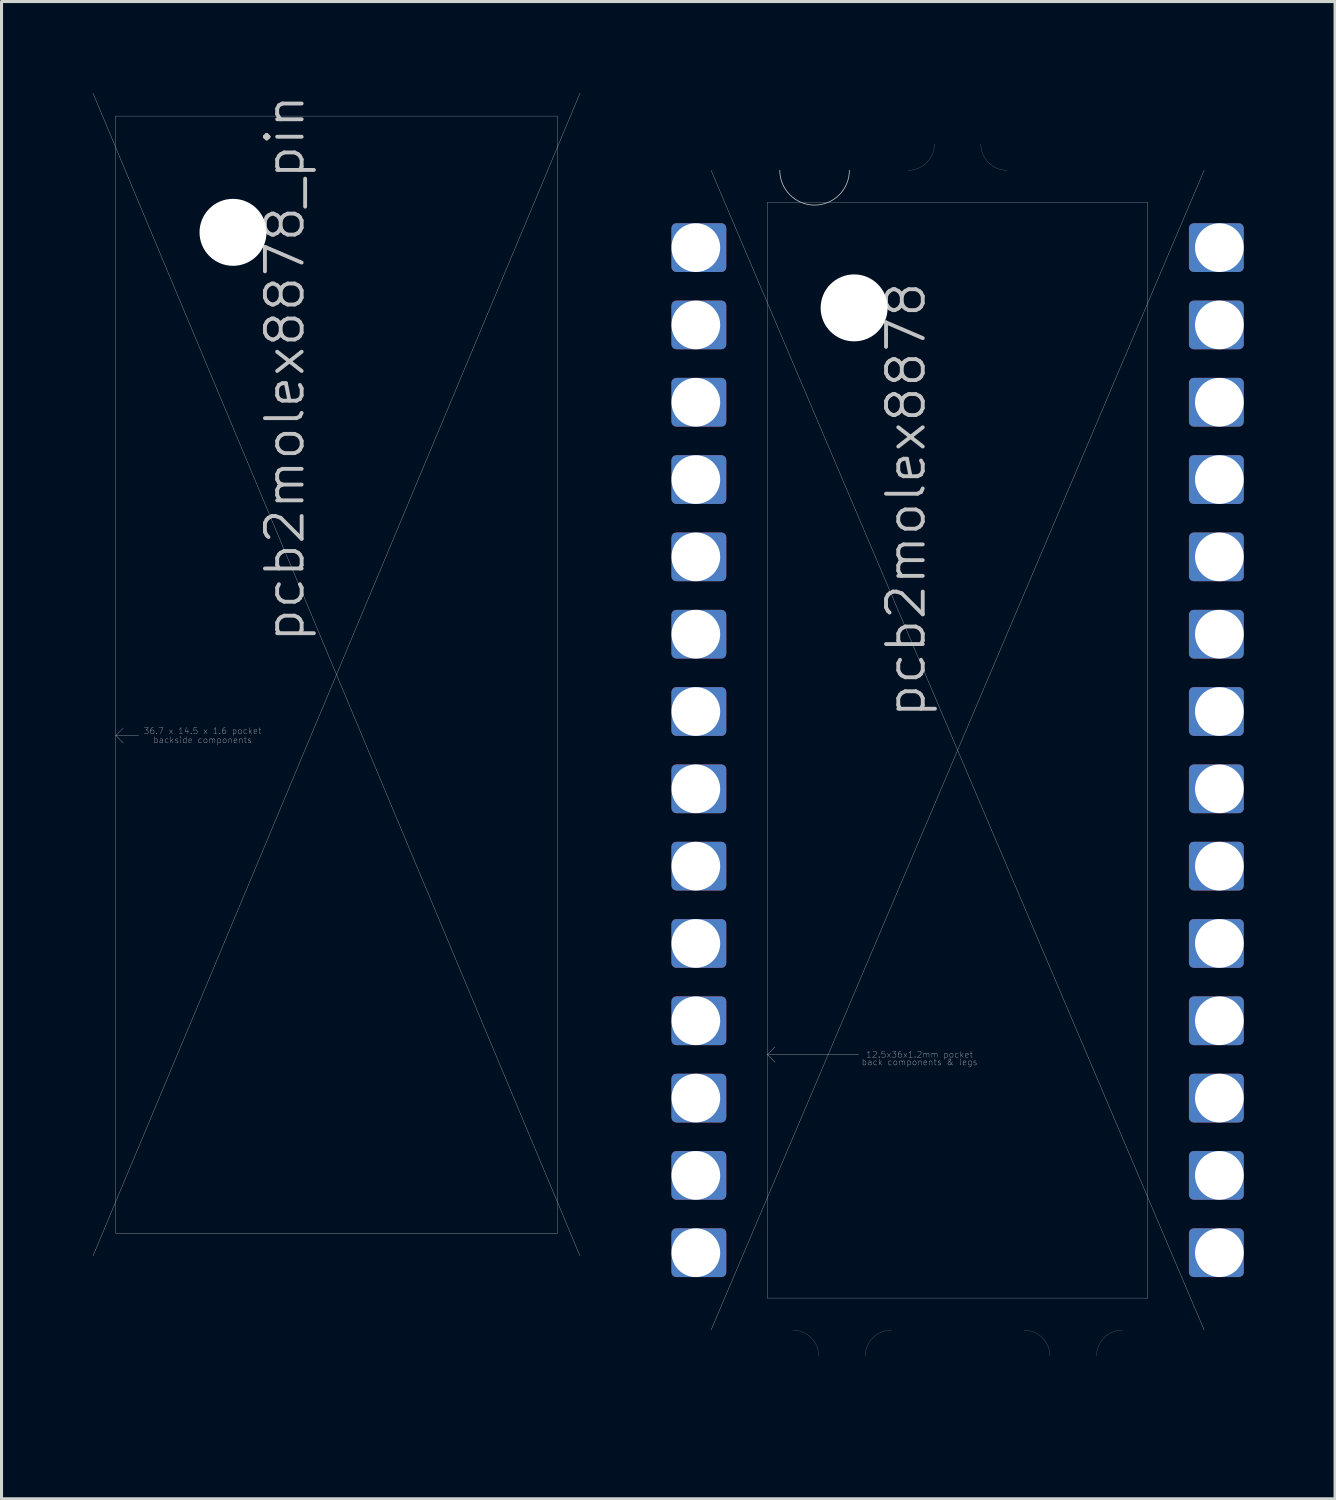
<source format=kicad_pcb>
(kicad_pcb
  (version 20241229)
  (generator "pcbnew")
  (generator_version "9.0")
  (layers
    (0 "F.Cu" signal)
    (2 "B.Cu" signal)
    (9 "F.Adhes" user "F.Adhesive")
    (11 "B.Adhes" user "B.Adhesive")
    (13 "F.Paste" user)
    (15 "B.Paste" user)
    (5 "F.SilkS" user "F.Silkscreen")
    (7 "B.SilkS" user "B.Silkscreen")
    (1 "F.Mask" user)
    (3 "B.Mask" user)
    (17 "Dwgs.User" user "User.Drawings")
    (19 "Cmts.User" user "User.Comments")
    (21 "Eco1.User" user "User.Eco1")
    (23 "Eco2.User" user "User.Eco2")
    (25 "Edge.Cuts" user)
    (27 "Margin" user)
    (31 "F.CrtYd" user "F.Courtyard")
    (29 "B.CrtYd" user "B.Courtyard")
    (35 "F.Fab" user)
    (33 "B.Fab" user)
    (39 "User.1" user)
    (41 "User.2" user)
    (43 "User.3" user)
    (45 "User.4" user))
  (footprint "pcb2molex8878"
    (layer "F.Cu")
    (at 28.41 21.595)
    (property "Reference" "pcb2molex8878" (at -0.991 -0.991 270) (layer "Dwgs.User") (effects (font (size 1.206 1.206) (thickness 0.127)) (justify left bottom)))
    (attr through_hole)
    (fp_line (start -8.1 -19.05) (end 8.1 19.05) (stroke (width 0.01) (type solid)) (layer "Dwgs.User"))
    (fp_line (start -8.1 19.05) (end 8.1 -19.05) (stroke (width 0.01) (type solid)) (layer "Dwgs.User"))
    (fp_line (start -6.25 -18) (end -6.25 18) (stroke (width 0.01) (type solid)) (layer "Dwgs.User"))
    (fp_line (start -6.25 10) (end -6 10.25) (stroke (width 0.01) (type solid)) (layer "Dwgs.User"))
    (fp_line (start -6.25 10) (end -3.25 10) (stroke (width 0.01) (type solid)) (layer "Dwgs.User"))
    (fp_line (start -6.25 18) (end 6.25 18) (stroke (width 0.01) (type solid)) (layer "Dwgs.User"))
    (fp_line (start -6 9.75) (end -6.25 10) (stroke (width 0.01) (type solid)) (layer "Dwgs.User"))
    (fp_line (start 6.25 -18) (end -6.25 -18) (stroke (width 0.01) (type solid)) (layer "Dwgs.User"))
    (fp_line (start 6.25 18) (end 6.25 -18) (stroke (width 0.01) (type solid)) (layer "Dwgs.User"))
    (fp_arc (start -5.4229 19.05) (mid -4.812243 19.302943) (end -4.5593 19.9136) (stroke (width 0.00508) (type solid)) (layer "Dwgs.User"))
    (fp_arc (start -3.556 -19.05) (mid -4.699 -17.907) (end -5.842 -19.05) (stroke (width 0.0254) (type solid)) (layer "Dwgs.User"))
    (fp_arc (start -3.0353 19.9136) (mid -2.782357 19.302943) (end -2.1717 19.05) (stroke (width 0.00508) (type solid)) (layer "Dwgs.User"))
    (fp_arc (start -0.762 -19.9136) (mid -1.014943 -19.302943) (end -1.6256 -19.05) (stroke (width 0.00508) (type solid)) (layer "Dwgs.User"))
    (fp_arc (start 1.6256 -19.05) (mid 1.014943 -19.302943) (end 0.762 -19.9136) (stroke (width 0.00508) (type solid)) (layer "Dwgs.User"))
    (fp_arc (start 2.1717 19.05) (mid 2.782357 19.302943) (end 3.0353 19.9136) (stroke (width 0.00508) (type solid)) (layer "Dwgs.User"))
    (fp_arc (start 4.5593 19.9136) (mid 4.812243 19.302943) (end 5.4229 19.05) (stroke (width 0.00508) (type solid)) (layer "Dwgs.User"))
    (fp_line (start -8.1 -19.05) (end -0.762 -19.05) (stroke (width 0.01) (type solid)) (layer "Eco1.User"))
    (fp_line (start -8.1 19.05) (end -8.1 -19.05) (stroke (width 0.01) (type solid)) (layer "Eco1.User"))
    (fp_line (start -8.1 19.05) (end -4.559 19.05) (stroke (width 0.01) (type solid)) (layer "Eco1.User"))
    (fp_line (start -4.559 19.05) (end -4.559 21.59) (stroke (width 0.01) (type solid)) (layer "Eco1.User"))
    (fp_line (start -4.559 21.59) (end -3.035 21.59) (stroke (width 0.01) (type solid)) (layer "Eco1.User"))
    (fp_line (start -3.035 21.59) (end -3.035 19.05) (stroke (width 0.01) (type solid)) (layer "Eco1.User"))
    (fp_line (start -0.762 -21.59) (end 0.762 -21.59) (stroke (width 0.01) (type solid)) (layer "Eco1.User"))
    (fp_line (start -0.762 -19.05) (end -0.762 -21.59) (stroke (width 0.01) (type solid)) (layer "Eco1.User"))
    (fp_line (start 0.762 -21.59) (end 0.762 -19.05) (stroke (width 0.01) (type solid)) (layer "Eco1.User"))
    (fp_line (start 0.762 -19.05) (end 8.1 -19.05) (stroke (width 0.01) (type solid)) (layer "Eco1.User"))
    (fp_line (start 3.035 19.05) (end -3.035 19.05) (stroke (width 0.01) (type solid)) (layer "Eco1.User"))
    (fp_line (start 3.035 21.59) (end 3.035 19.05) (stroke (width 0.01) (type solid)) (layer "Eco1.User"))
    (fp_line (start 4.559 19.05) (end 4.559 21.59) (stroke (width 0.01) (type solid)) (layer "Eco1.User"))
    (fp_line (start 4.559 19.05) (end 8.1 19.05) (stroke (width 0.01) (type solid)) (layer "Eco1.User"))
    (fp_line (start 4.559 21.59) (end 3.035 21.59) (stroke (width 0.01) (type solid)) (layer "Eco1.User"))
    (fp_line (start 8.1 19.05) (end 8.1 -19.05) (stroke (width 0.01) (type solid)) (layer "Eco1.User"))
    (fp_line (start -8.1 -19.05) (end 8.1 -19.05) (stroke (width 0.01) (type solid)) (layer "Eco2.User"))
    (fp_line (start -8.1 19.05) (end -8.1 -19.05) (stroke (width 0.01) (type solid)) (layer "Eco2.User"))
    (fp_line (start -8.1 19.05) (end 8.1 19.05) (stroke (width 0.01) (type solid)) (layer "Eco2.User"))
    (fp_line (start 8.1 -19.05) (end 8.1 19.05) (stroke (width 0.01) (type solid)) (layer "Eco2.User"))
    (fp_text user "12.5x36x1.2mm pocket" (at -1.25 10 0) (layer "Dwgs.User") (effects (font (size 0.2 0.2) (thickness 0.01))))
    (fp_text user "back components & legs" (at -1.25 10.25 0) (layer "Dwgs.User") (effects (font (size 0.2 0.2) (thickness 0.01))))
    (fp_text user "May delete NPTH mechanical polarity hole." (at 0 12.75 0) (layer "Eco1.User") (effects (font (size 0.2 0.2) (thickness 0.01))))
    (fp_text user "Eco1.User is Edge.Cuts for use without carrier." (at -0.03 12.25 0) (layer "Eco1.User") (effects (font (size 0.2 0.2) (thickness 0.01))))
    (fp_text user "Eco2.User is Edge.Cuts for use with" (at 0.125 14.025 0) (unlocked yes) (layer "Eco2.User") (effects (font (size 0.2 0.2) (thickness 0.01))))
    (fp_text user "thingiverse.com/thing:3723135" (at 0.025 14.45 0) (unlocked yes) (layer "Eco2.User") (effects (font (size 0.2 0.2) (thickness 0.01))))
    (pad "" np_thru_hole circle (at -3.4 -14.53) (size 2.2 2.2) (drill 2.2) (layers "*.Cu" "*.Mask"))
    (pad "1" thru_hole roundrect (at -8.6 -16.51) (size 1.8 1.6) (drill 1.6 (offset 0.1 0)) (layers "*.Cu" "*.Mask") (roundrect_rratio 0.1))
    (pad "2" thru_hole roundrect (at -8.6 -13.97) (size 1.8 1.6) (drill 1.6 (offset 0.1 0)) (layers "*.Cu" "*.Mask") (roundrect_rratio 0.1))
    (pad "3" thru_hole roundrect (at -8.6 -11.43) (size 1.8 1.6) (drill 1.6 (offset 0.1 0)) (layers "*.Cu" "*.Mask") (roundrect_rratio 0.1))
    (pad "4" thru_hole roundrect (at -8.6 -8.89) (size 1.8 1.6) (drill 1.6 (offset 0.1 0)) (layers "*.Cu" "*.Mask") (roundrect_rratio 0.1))
    (pad "5" thru_hole roundrect (at -8.6 -6.35) (size 1.8 1.6) (drill 1.6 (offset 0.1 0)) (layers "*.Cu" "*.Mask") (roundrect_rratio 0.1))
    (pad "6" thru_hole roundrect (at -8.6 -3.81) (size 1.8 1.6) (drill 1.6 (offset 0.1 0)) (layers "*.Cu" "*.Mask") (roundrect_rratio 0.1))
    (pad "7" thru_hole roundrect (at -8.6 -1.27) (size 1.8 1.6) (drill 1.6 (offset 0.1 0)) (layers "*.Cu" "*.Mask") (roundrect_rratio 0.1))
    (pad "8" thru_hole roundrect (at -8.6 1.27) (size 1.8 1.6) (drill 1.6 (offset 0.1 0)) (layers "*.Cu" "*.Mask") (roundrect_rratio 0.1))
    (pad "9" thru_hole roundrect (at -8.6 3.81) (size 1.8 1.6) (drill 1.6 (offset 0.1 0)) (layers "*.Cu" "*.Mask") (roundrect_rratio 0.1))
    (pad "10" thru_hole roundrect (at -8.6 6.35) (size 1.8 1.6) (drill 1.6 (offset 0.1 0)) (layers "*.Cu" "*.Mask") (roundrect_rratio 0.1))
    (pad "11" thru_hole roundrect (at -8.6 8.89) (size 1.8 1.6) (drill 1.6 (offset 0.1 0)) (layers "*.Cu" "*.Mask") (roundrect_rratio 0.1))
    (pad "12" thru_hole roundrect (at -8.6 11.43) (size 1.8 1.6) (drill 1.6 (offset 0.1 0)) (layers "*.Cu" "*.Mask") (roundrect_rratio 0.1))
    (pad "13" thru_hole roundrect (at -8.6 13.97) (size 1.8 1.6) (drill 1.6 (offset 0.1 0)) (layers "*.Cu" "*.Mask") (roundrect_rratio 0.1))
    (pad "14" thru_hole roundrect (at -8.6 16.51) (size 1.8 1.6) (drill 1.6 (offset 0.1 0)) (layers "*.Cu" "*.Mask") (roundrect_rratio 0.1))
    (pad "15" thru_hole roundrect (at 8.6 16.51 180) (size 1.8 1.6) (drill 1.6 (offset 0.1 0)) (layers "*.Cu" "*.Mask") (roundrect_rratio 0.1))
    (pad "16" thru_hole roundrect (at 8.6 13.97 180) (size 1.8 1.6) (drill 1.6 (offset 0.1 0)) (layers "*.Cu" "*.Mask") (roundrect_rratio 0.1))
    (pad "17" thru_hole roundrect (at 8.6 11.43 180) (size 1.8 1.6) (drill 1.6 (offset 0.1 0)) (layers "*.Cu" "*.Mask") (roundrect_rratio 0.1))
    (pad "18" thru_hole roundrect (at 8.6 8.89 180) (size 1.8 1.6) (drill 1.6 (offset 0.1 0)) (layers "*.Cu" "*.Mask") (roundrect_rratio 0.1))
    (pad "19" thru_hole roundrect (at 8.6 6.35 180) (size 1.8 1.6) (drill 1.6 (offset 0.1 0)) (layers "*.Cu" "*.Mask") (roundrect_rratio 0.1))
    (pad "20" thru_hole roundrect (at 8.6 3.81 180) (size 1.8 1.6) (drill 1.6 (offset 0.1 0)) (layers "*.Cu" "*.Mask") (roundrect_rratio 0.1))
    (pad "21" thru_hole roundrect (at 8.6 1.27 180) (size 1.8 1.6) (drill 1.6 (offset 0.1 0)) (layers "*.Cu" "*.Mask") (roundrect_rratio 0.1))
    (pad "22" thru_hole roundrect (at 8.6 -1.27 180) (size 1.8 1.6) (drill 1.6 (offset 0.1 0)) (layers "*.Cu" "*.Mask") (roundrect_rratio 0.1))
    (pad "23" thru_hole roundrect (at 8.6 -3.81 180) (size 1.8 1.6) (drill 1.6 (offset 0.1 0)) (layers "*.Cu" "*.Mask") (roundrect_rratio 0.1))
    (pad "24" thru_hole roundrect (at 8.6 -6.35 180) (size 1.8 1.6) (drill 1.6 (offset 0.1 0)) (layers "*.Cu" "*.Mask") (roundrect_rratio 0.1))
    (pad "25" thru_hole roundrect (at 8.6 -8.89 180) (size 1.8 1.6) (drill 1.6 (offset 0.1 0)) (layers "*.Cu" "*.Mask") (roundrect_rratio 0.1))
    (pad "26" thru_hole roundrect (at 8.6 -11.43 180) (size 1.8 1.6) (drill 1.6 (offset 0.1 0)) (layers "*.Cu" "*.Mask") (roundrect_rratio 0.1))
    (pad "27" thru_hole roundrect (at 8.6 -13.97 180) (size 1.8 1.6) (drill 1.6 (offset 0.1 0)) (layers "*.Cu" "*.Mask") (roundrect_rratio 0.1))
    (pad "28" thru_hole roundrect (at 8.6 -16.51 180) (size 1.8 1.6) (drill 1.6 (offset 0.1 0)) (layers "*.Cu" "*.Mask") (roundrect_rratio 0.1)))
  (footprint "pcb2molex8878_pin"
    (layer "F.Cu")
    (at 8.005 19.113)
    (property "Reference" "pcb2molex8878_pin" (at -0.991 -0.991 270) (layer "Dwgs.User") (effects (font (size 1.206 1.206) (thickness 0.127)) (justify left bottom)))
    (attr through_hole)
    (fp_line (start -8 -19.1) (end 8 19.1) (stroke (width 0.01) (type solid)) (layer "Dwgs.User"))
    (fp_line (start -8 19.1) (end 8 -19.1) (stroke (width 0.01) (type solid)) (layer "Dwgs.User"))
    (fp_line (start -7.25 -18.35) (end 7.25 -18.35) (stroke (width 0.01) (type solid)) (layer "Dwgs.User"))
    (fp_line (start -7.25 2) (end -7 1.75) (stroke (width 0.01) (type solid)) (layer "Dwgs.User"))
    (fp_line (start -7.25 2) (end -7 2.25) (stroke (width 0.01) (type solid)) (layer "Dwgs.User"))
    (fp_line (start -7.25 2) (end -6.5 2) (stroke (width 0.01) (type solid)) (layer "Dwgs.User"))
    (fp_line (start -7.25 18.35) (end -7.25 -18.35) (stroke (width 0.01) (type solid)) (layer "Dwgs.User"))
    (fp_line (start 7.25 -18.35) (end 7.25 18.35) (stroke (width 0.01) (type solid)) (layer "Dwgs.User"))
    (fp_line (start 7.25 18.35) (end -7.25 18.35) (stroke (width 0.01) (type solid)) (layer "Dwgs.User"))
    (fp_line (start -8 -19.1) (end -8 19.1) (stroke (width 0.01) (type solid)) (layer "Eco2.User"))
    (fp_line (start -8 -19.1) (end 8 -19.1) (stroke (width 0.01) (type solid)) (layer "Eco2.User"))
    (fp_line (start 8 19.1) (end -8 19.1) (stroke (width 0.01) (type solid)) (layer "Eco2.User"))
    (fp_line (start 8 19.1) (end 8 -19.1) (stroke (width 0.01) (type solid)) (layer "Eco2.User"))
    (fp_text user "36.7 x 14.5 x 1.6 pocket" (at -4.4 1.85 0) (layer "Dwgs.User") (effects (font (size 0.2 0.2) (thickness 0.01))))
    (fp_text user "backside components" (at -4.4 2.15 0) (layer "Dwgs.User") (effects (font (size 0.2 0.2) (thickness 0.01))))
    (fp_text user "Eco2.User is Edge.Cuts for use with \"pcb2molex8878_pin\" carrier." (at -0.05 13.65 0) (layer "Eco2.User") (effects (font (size 0.2 0.2) (thickness 0.01))))
    (pad "" np_thru_hole circle (at -3.4 -14.53) (size 2.2 2.2) (drill 2.2) (layers "*.Cu")))
  (gr_rect
    (start -3 -3)
    (end 40.81 46.19)
    (stroke (width 0.1) (type default))
    (fill no)
    (layer "Edge.Cuts")))
</source>
